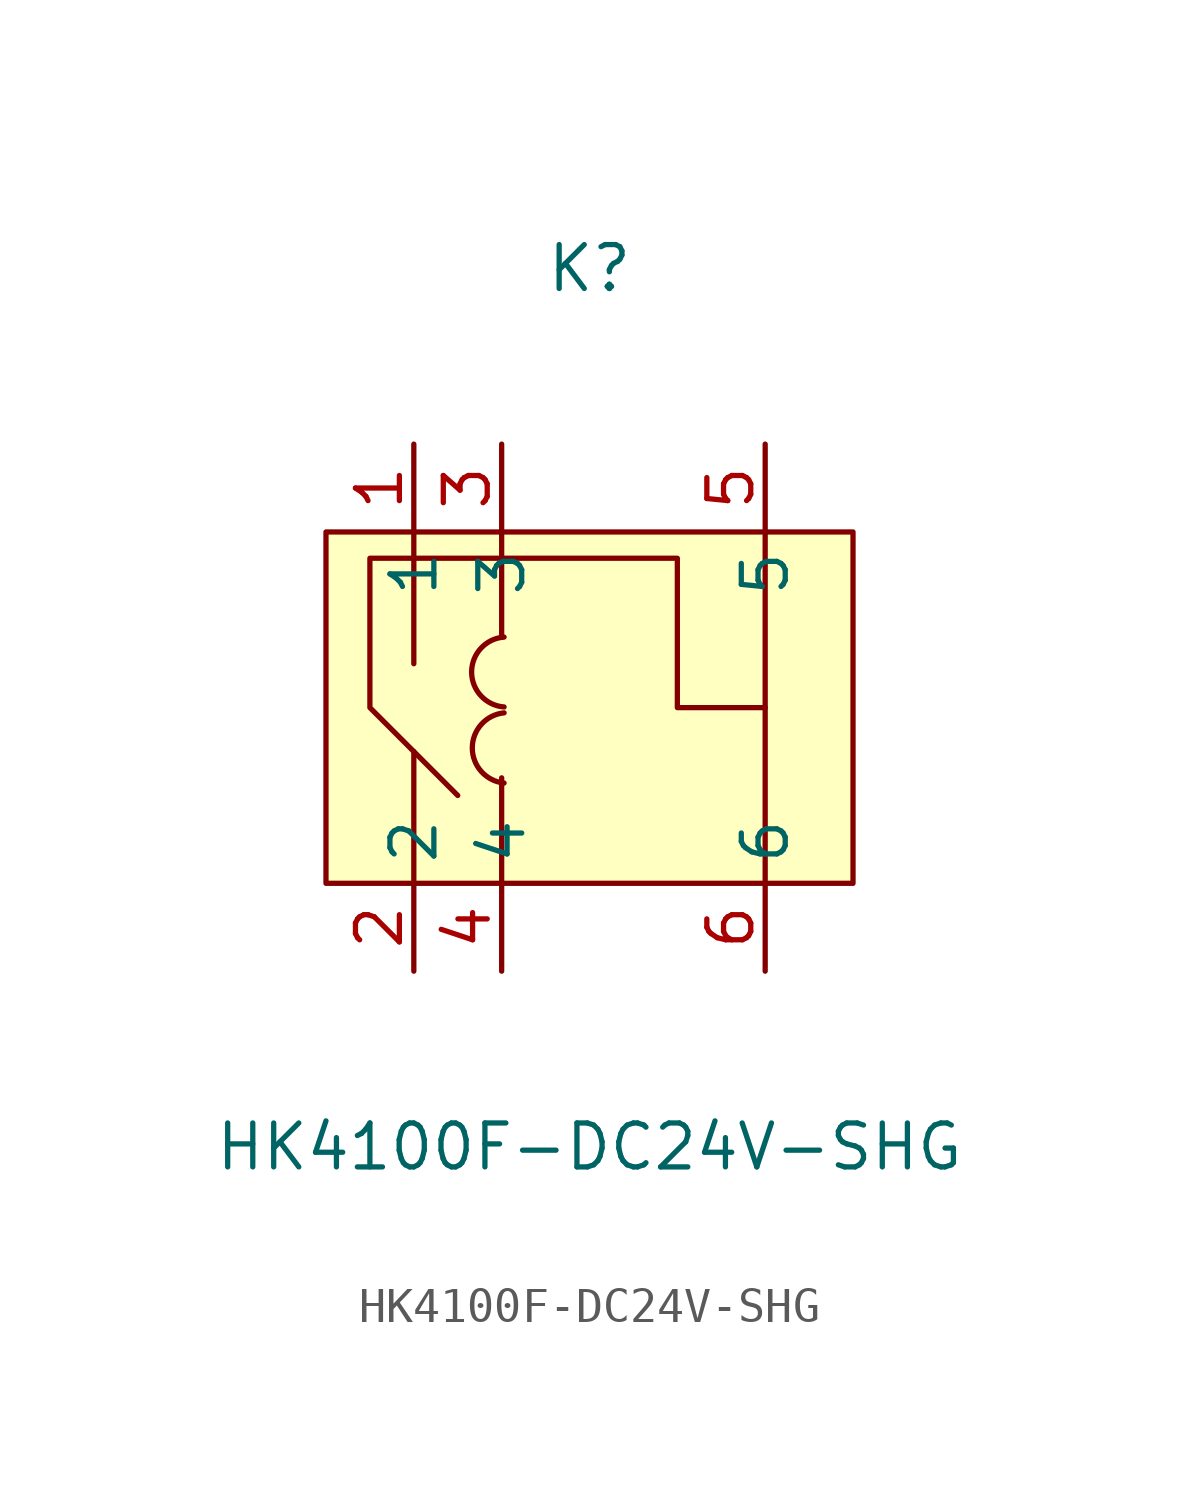
<source format=kicad_sym>
(kicad_symbol_lib
  (version 20211014)
  (generator https://github.com/uPesy/easyeda2kicad.py)
  (symbol "HK4100F-DC24V-SHG"
    (property "Reference" "K"
      (at 0 12.70 0)
      (effects (font (size 1.27 1.27))))
    (property "Value" "HK4100F-DC24V-SHG"
      (at 0 -12.70 0)
      (effects (font (size 1.27 1.27))))
    (symbol "HK4100F-DC24V-SHG_0_1"
      (rectangle (start -7.62 5.08) (end 7.62 -5.08) (stroke (width 0) (type default) (color 0 0 0 0)) (fill (type background)))
      (arc (start -2.47 2.04) (mid -2.10 0.12) (end -2.47 0.02) (stroke (width 0) (type default) (color 0 0 0 0)) (fill (type none)))
      (arc (start -2.47 -0.15) (mid -2.10 -2.07) (end -2.47 -2.18) (stroke (width 0) (type default) (color 0 0 0 0)) (fill (type none)))
      (polyline (pts (xy 5.08 5.08) (xy 5.08 -5.08)) (stroke (width 0) (type default) (color 0 0 0 0)) (fill (type none)))
      (polyline (pts (xy -2.54 5.08) (xy -2.54 2.03)) (stroke (width 0) (type default) (color 0 0 0 0)) (fill (type none)))
      (polyline (pts (xy -2.54 -2.03) (xy -2.54 -5.08)) (stroke (width 0) (type default) (color 0 0 0 0)) (fill (type none)))
      (polyline (pts (xy -5.08 5.08) (xy -5.08 1.27)) (stroke (width 0) (type default) (color 0 0 0 0)) (fill (type none)))
      (polyline (pts (xy -5.08 -5.08) (xy -5.08 -1.27)) (stroke (width 0) (type default) (color 0 0 0 0)) (fill (type none)))
      (polyline (pts (xy 5.08 -0.00) (xy 2.54 -0.00) (xy 2.54 4.32) (xy -6.35 4.32) (xy -6.35 -0.00) (xy -3.81 -2.54)) (stroke (width 0) (type default) (color 0 0 0 0)) (fill (type none)))
      (pin unspecified line (at -5.08 -7.62 90) (length 2.54) (name "2" (effects (font (size 1.27 1.27)))) (number "2" (effects (font (size 1.27 1.27)))))
      (pin unspecified line (at -2.54 -7.62 90) (length 2.54) (name "4" (effects (font (size 1.27 1.27)))) (number "4" (effects (font (size 1.27 1.27)))))
      (pin unspecified line (at 5.08 -7.62 90) (length 2.54) (name "6" (effects (font (size 1.27 1.27)))) (number "6" (effects (font (size 1.27 1.27)))))
      (pin unspecified line (at 5.08 7.62 270) (length 2.54) (name "5" (effects (font (size 1.27 1.27)))) (number "5" (effects (font (size 1.27 1.27)))))
      (pin unspecified line (at -2.54 7.62 270) (length 2.54) (name "3" (effects (font (size 1.27 1.27)))) (number "3" (effects (font (size 1.27 1.27)))))
      (pin unspecified line (at -5.08 7.62 270) (length 2.54) (name "1" (effects (font (size 1.27 1.27)))) (number "1" (effects (font (size 1.27 1.27))))))))
</source>
